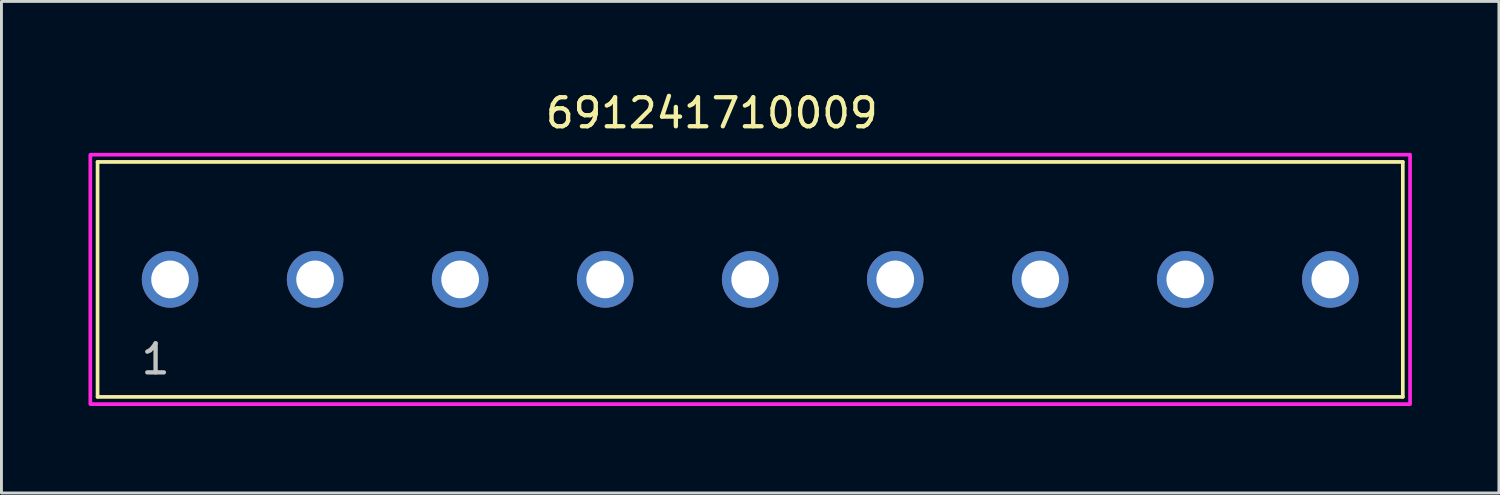
<source format=kicad_pcb>
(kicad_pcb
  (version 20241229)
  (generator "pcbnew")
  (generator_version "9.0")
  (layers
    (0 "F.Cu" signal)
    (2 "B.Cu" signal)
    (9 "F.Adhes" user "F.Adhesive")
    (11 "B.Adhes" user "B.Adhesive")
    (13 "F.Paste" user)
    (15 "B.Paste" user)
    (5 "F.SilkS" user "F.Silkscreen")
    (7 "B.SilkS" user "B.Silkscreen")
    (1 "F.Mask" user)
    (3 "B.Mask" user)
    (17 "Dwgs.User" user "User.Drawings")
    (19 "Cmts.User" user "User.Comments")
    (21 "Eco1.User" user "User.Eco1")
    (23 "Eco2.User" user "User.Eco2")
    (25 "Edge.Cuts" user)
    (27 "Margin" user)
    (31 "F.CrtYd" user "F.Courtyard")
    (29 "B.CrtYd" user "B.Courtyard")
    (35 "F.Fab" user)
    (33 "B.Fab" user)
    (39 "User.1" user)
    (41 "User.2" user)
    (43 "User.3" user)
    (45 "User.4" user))
  (footprint "691241710009"
    (layer "F.Cu")
    (at 22.814 6.583)
    (property "Reference" "691241710009" (at -1.325 -5.735 0) (layer "F.SilkS") (effects (font (size 1 1) (thickness 0.15))))
    (attr through_hole)
    (fp_line (start -22.5 -4.05) (end -22.5 4.05) (stroke (width 0.127) (type solid)) (layer "F.SilkS"))
    (fp_line (start -22.5 -4.05) (end 22.5 -4.05) (stroke (width 0.127) (type solid)) (layer "F.SilkS"))
    (fp_line (start 22.5 -4.05) (end 22.5 4.05) (stroke (width 0.127) (type solid)) (layer "F.SilkS"))
    (fp_line (start 22.5 4.05) (end -22.5 4.05) (stroke (width 0.127) (type solid)) (layer "F.SilkS"))
    (fp_poly (pts (xy -22.75 -4.3) (xy 22.75 -4.3) (xy 22.75 4.3) (xy -22.75 4.3)) (stroke (width 0.127) (type solid)) (fill no) (layer "F.CrtYd"))
    (fp_text user "1" (at -20.5 2.75 0) (layer "Dwgs.User") (effects (font (size 1 1) (thickness 0.15))))
    (pad "1" thru_hole circle (at -20 0) (size 1.95 1.95) (drill 1.3) (layers "*.Cu" "*.Mask"))
    (pad "2" thru_hole circle (at -15 0) (size 1.95 1.95) (drill 1.3) (layers "*.Cu" "*.Mask"))
    (pad "3" thru_hole circle (at -10 0) (size 1.95 1.95) (drill 1.3) (layers "*.Cu" "*.Mask"))
    (pad "4" thru_hole circle (at -5 0) (size 1.95 1.95) (drill 1.3) (layers "*.Cu" "*.Mask"))
    (pad "5" thru_hole circle (at 0 0) (size 1.95 1.95) (drill 1.3) (layers "*.Cu" "*.Mask"))
    (pad "6" thru_hole circle (at 5 0) (size 1.95 1.95) (drill 1.3) (layers "*.Cu" "*.Mask"))
    (pad "7" thru_hole circle (at 10 0) (size 1.95 1.95) (drill 1.3) (layers "*.Cu" "*.Mask"))
    (pad "8" thru_hole circle (at 15 0) (size 1.95 1.95) (drill 1.3) (layers "*.Cu" "*.Mask"))
    (pad "9" thru_hole circle (at 20 0) (size 1.95 1.95) (drill 1.3) (layers "*.Cu" "*.Mask")))
  (gr_rect
    (start -3 -3)
    (end 48.627 13.947)
    (stroke (width 0.1) (type default))
    (fill no)
    (layer "Edge.Cuts")))
</source>
